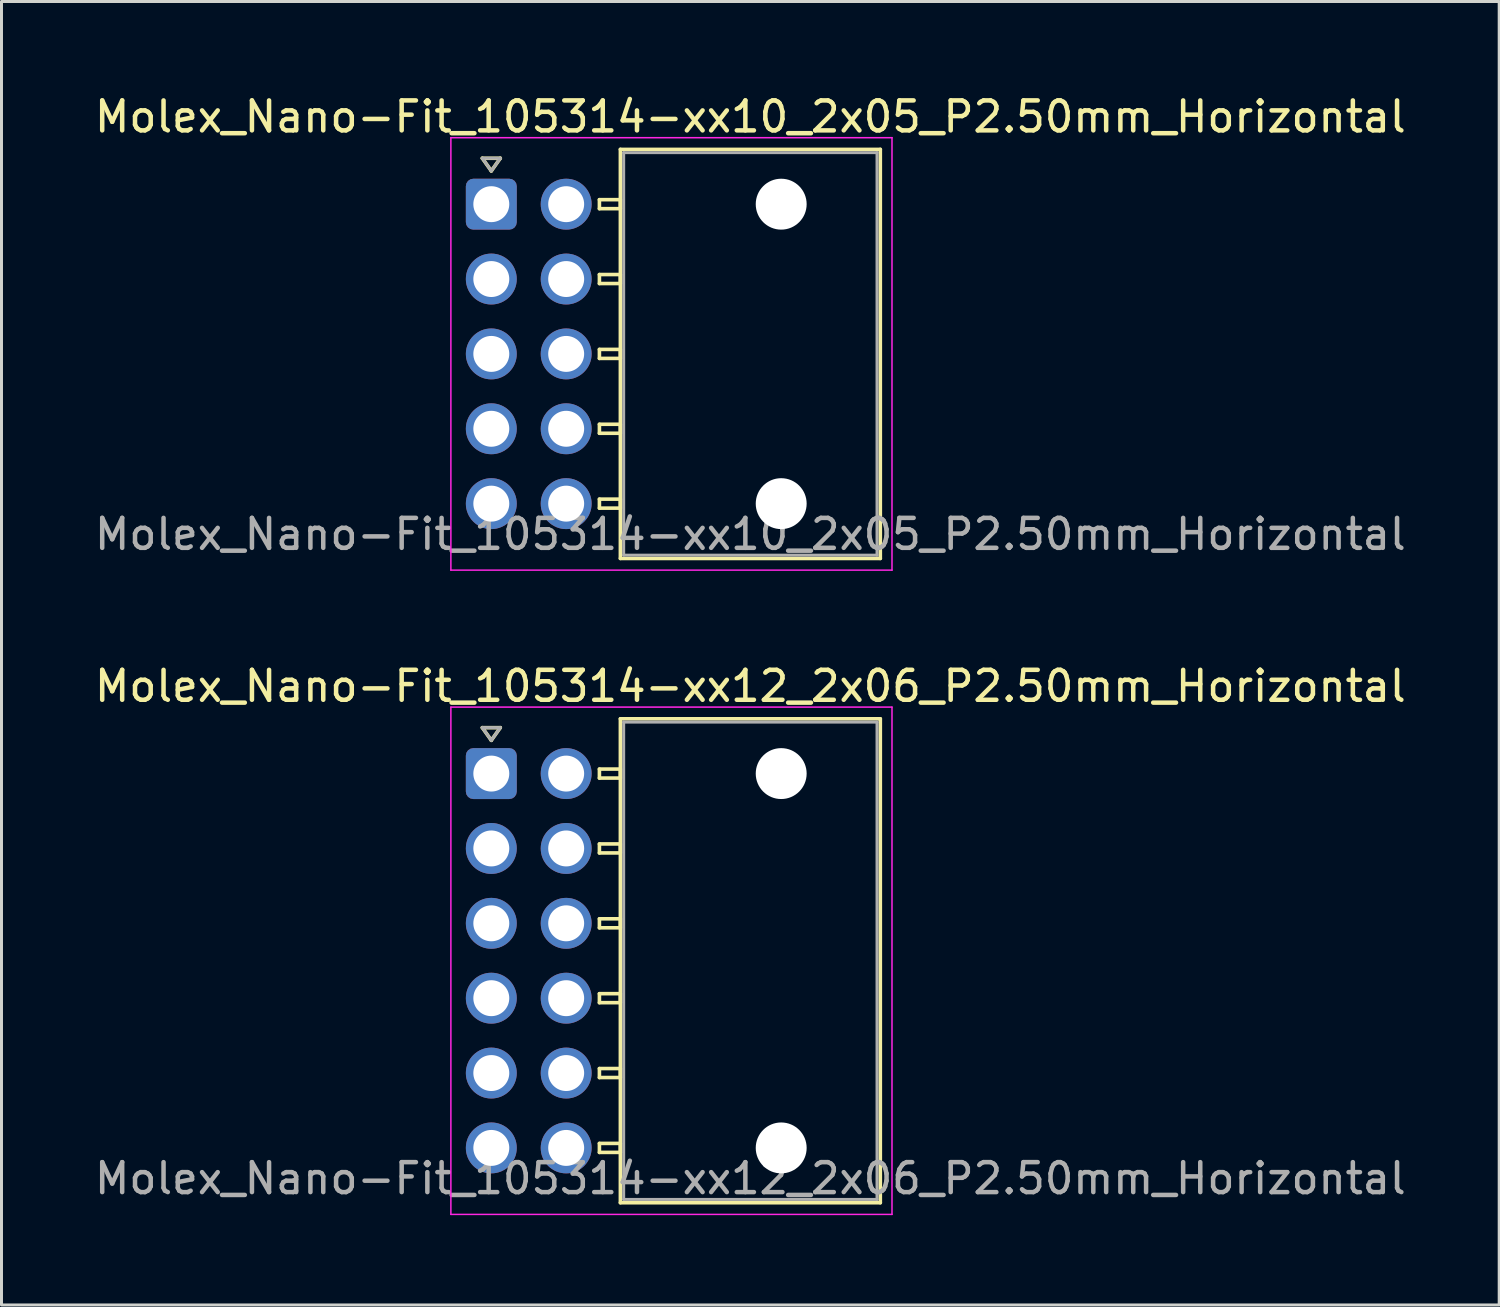
<source format=kicad_pcb>
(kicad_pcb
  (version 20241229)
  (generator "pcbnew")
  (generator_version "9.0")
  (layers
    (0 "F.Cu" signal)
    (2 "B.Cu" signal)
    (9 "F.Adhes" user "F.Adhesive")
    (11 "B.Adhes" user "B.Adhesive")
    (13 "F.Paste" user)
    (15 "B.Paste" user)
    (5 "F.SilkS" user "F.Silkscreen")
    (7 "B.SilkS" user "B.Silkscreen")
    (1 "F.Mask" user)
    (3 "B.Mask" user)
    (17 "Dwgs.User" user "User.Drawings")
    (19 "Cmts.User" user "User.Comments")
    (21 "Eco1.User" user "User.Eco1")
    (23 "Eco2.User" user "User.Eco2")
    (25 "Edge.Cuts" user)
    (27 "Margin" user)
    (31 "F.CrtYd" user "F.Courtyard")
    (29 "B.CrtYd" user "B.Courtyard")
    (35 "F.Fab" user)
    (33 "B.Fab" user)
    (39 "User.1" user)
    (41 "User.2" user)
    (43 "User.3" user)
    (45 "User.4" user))
  (footprint "Molex_Nano-Fit_105314-xx10_2x05_P2.50mm_Horizontal"
    (layer "F.Cu")
    (at 13.356 3.768)
    (property "Reference" "Molex_Nano-Fit_105314-xx10_2x05_P2.50mm_Horizontal" (at 8.65 -2.92 0) (layer "F.SilkS") (effects (font (size 1 1) (thickness 0.15))))
    (attr through_hole)
    (fp_line (start -0.3 -1.534) (end 0 -1.11) (stroke (width 0.12) (type solid)) (layer "F.SilkS"))
    (fp_line (start 0 -1.11) (end 0.3 -1.534) (stroke (width 0.12) (type solid)) (layer "F.SilkS"))
    (fp_line (start 0.3 -1.534) (end -0.3 -1.534) (stroke (width 0.12) (type solid)) (layer "F.SilkS"))
    (fp_line (start 3.61 -0.15) (end 3.61 0.15) (stroke (width 0.12) (type solid)) (layer "F.SilkS"))
    (fp_line (start 3.61 0.15) (end 4.31 0.15) (stroke (width 0.12) (type solid)) (layer "F.SilkS"))
    (fp_line (start 3.61 2.35) (end 3.61 2.65) (stroke (width 0.12) (type solid)) (layer "F.SilkS"))
    (fp_line (start 3.61 2.65) (end 4.31 2.65) (stroke (width 0.12) (type solid)) (layer "F.SilkS"))
    (fp_line (start 3.61 4.85) (end 3.61 5.15) (stroke (width 0.12) (type solid)) (layer "F.SilkS"))
    (fp_line (start 3.61 5.15) (end 4.31 5.15) (stroke (width 0.12) (type solid)) (layer "F.SilkS"))
    (fp_line (start 3.61 7.35) (end 3.61 7.65) (stroke (width 0.12) (type solid)) (layer "F.SilkS"))
    (fp_line (start 3.61 7.65) (end 4.31 7.65) (stroke (width 0.12) (type solid)) (layer "F.SilkS"))
    (fp_line (start 3.61 9.85) (end 3.61 10.15) (stroke (width 0.12) (type solid)) (layer "F.SilkS"))
    (fp_line (start 3.61 10.15) (end 4.31 10.15) (stroke (width 0.12) (type solid)) (layer "F.SilkS"))
    (fp_line (start 4.31 -1.83) (end 4.31 11.83) (stroke (width 0.12) (type solid)) (layer "F.SilkS"))
    (fp_line (start 4.31 -0.15) (end 3.61 -0.15) (stroke (width 0.12) (type solid)) (layer "F.SilkS"))
    (fp_line (start 4.31 0.15) (end 4.31 -0.15) (stroke (width 0.12) (type solid)) (layer "F.SilkS"))
    (fp_line (start 4.31 2.35) (end 3.61 2.35) (stroke (width 0.12) (type solid)) (layer "F.SilkS"))
    (fp_line (start 4.31 2.65) (end 4.31 2.35) (stroke (width 0.12) (type solid)) (layer "F.SilkS"))
    (fp_line (start 4.31 4.85) (end 3.61 4.85) (stroke (width 0.12) (type solid)) (layer "F.SilkS"))
    (fp_line (start 4.31 5.15) (end 4.31 4.85) (stroke (width 0.12) (type solid)) (layer "F.SilkS"))
    (fp_line (start 4.31 7.35) (end 3.61 7.35) (stroke (width 0.12) (type solid)) (layer "F.SilkS"))
    (fp_line (start 4.31 7.65) (end 4.31 7.35) (stroke (width 0.12) (type solid)) (layer "F.SilkS"))
    (fp_line (start 4.31 9.85) (end 3.61 9.85) (stroke (width 0.12) (type solid)) (layer "F.SilkS"))
    (fp_line (start 4.31 10.15) (end 4.31 9.85) (stroke (width 0.12) (type solid)) (layer "F.SilkS"))
    (fp_line (start 4.31 11.83) (end 12.99 11.83) (stroke (width 0.12) (type solid)) (layer "F.SilkS"))
    (fp_line (start 12.99 -1.83) (end 4.31 -1.83) (stroke (width 0.12) (type solid)) (layer "F.SilkS"))
    (fp_line (start 12.99 11.83) (end 12.99 -1.83) (stroke (width 0.12) (type solid)) (layer "F.SilkS"))
    (fp_line (start -1.35 -2.22) (end -1.35 12.22) (stroke (width 0.05) (type solid)) (layer "F.CrtYd"))
    (fp_line (start -1.35 12.22) (end 13.38 12.22) (stroke (width 0.05) (type solid)) (layer "F.CrtYd"))
    (fp_line (start 13.38 -2.22) (end -1.35 -2.22) (stroke (width 0.05) (type solid)) (layer "F.CrtYd"))
    (fp_line (start 13.38 12.22) (end 13.38 -2.22) (stroke (width 0.05) (type solid)) (layer "F.CrtYd"))
    (fp_line (start -0.3 -1.534) (end 0 -1.11) (stroke (width 0.1) (type solid)) (layer "F.Fab"))
    (fp_line (start 0 -1.11) (end 0.3 -1.534) (stroke (width 0.1) (type solid)) (layer "F.Fab"))
    (fp_line (start 0.3 -1.534) (end -0.3 -1.534) (stroke (width 0.1) (type solid)) (layer "F.Fab"))
    (fp_line (start 4.42 -1.72) (end 4.42 11.72) (stroke (width 0.1) (type solid)) (layer "F.Fab"))
    (fp_line (start 4.42 11.72) (end 12.88 11.72) (stroke (width 0.1) (type solid)) (layer "F.Fab"))
    (fp_line (start 12.88 -1.72) (end 4.42 -1.72) (stroke (width 0.1) (type solid)) (layer "F.Fab"))
    (fp_line (start 12.88 11.72) (end 12.88 -1.72) (stroke (width 0.1) (type solid)) (layer "F.Fab"))
    (fp_text user "${REFERENCE}" (at 8.65 11.02 0) (layer "F.Fab") (effects (font (size 1 1) (thickness 0.15))))
    (pad "" np_thru_hole circle (at 9.68 0) (size 1.7 1.7) (drill 1.7) (layers "*.Cu" "*.Mask"))
    (pad "" np_thru_hole circle (at 9.68 10) (size 1.7 1.7) (drill 1.7) (layers "*.Cu" "*.Mask"))
    (pad "1" thru_hole roundrect (at 0 0) (size 1.7 1.7) (drill 1.2) (layers "*.Cu" "*.Mask") (roundrect_rratio 0.147))
    (pad "2" thru_hole circle (at 0 2.5) (size 1.7 1.7) (drill 1.2) (layers "*.Cu" "*.Mask"))
    (pad "3" thru_hole circle (at 0 5) (size 1.7 1.7) (drill 1.2) (layers "*.Cu" "*.Mask"))
    (pad "4" thru_hole circle (at 0 7.5) (size 1.7 1.7) (drill 1.2) (layers "*.Cu" "*.Mask"))
    (pad "5" thru_hole circle (at 0 10) (size 1.7 1.7) (drill 1.2) (layers "*.Cu" "*.Mask"))
    (pad "6" thru_hole circle (at 2.5 0) (size 1.7 1.7) (drill 1.2) (layers "*.Cu" "*.Mask"))
    (pad "7" thru_hole circle (at 2.5 2.5) (size 1.7 1.7) (drill 1.2) (layers "*.Cu" "*.Mask"))
    (pad "8" thru_hole circle (at 2.5 5) (size 1.7 1.7) (drill 1.2) (layers "*.Cu" "*.Mask"))
    (pad "9" thru_hole circle (at 2.5 7.5) (size 1.7 1.7) (drill 1.2) (layers "*.Cu" "*.Mask"))
    (pad "10" thru_hole circle (at 2.5 10) (size 1.7 1.7) (drill 1.2) (layers "*.Cu" "*.Mask")))
  (footprint "Molex_Nano-Fit_105314-xx12_2x06_P2.50mm_Horizontal"
    (layer "F.Cu")
    (at 13.356 22.782)
    (property "Reference" "Molex_Nano-Fit_105314-xx12_2x06_P2.50mm_Horizontal" (at 8.65 -2.92 0) (layer "F.SilkS") (effects (font (size 1 1) (thickness 0.15))))
    (attr through_hole)
    (fp_line (start -0.3 -1.534) (end 0 -1.11) (stroke (width 0.12) (type solid)) (layer "F.SilkS"))
    (fp_line (start 0 -1.11) (end 0.3 -1.534) (stroke (width 0.12) (type solid)) (layer "F.SilkS"))
    (fp_line (start 0.3 -1.534) (end -0.3 -1.534) (stroke (width 0.12) (type solid)) (layer "F.SilkS"))
    (fp_line (start 3.61 -0.15) (end 3.61 0.15) (stroke (width 0.12) (type solid)) (layer "F.SilkS"))
    (fp_line (start 3.61 0.15) (end 4.31 0.15) (stroke (width 0.12) (type solid)) (layer "F.SilkS"))
    (fp_line (start 3.61 2.35) (end 3.61 2.65) (stroke (width 0.12) (type solid)) (layer "F.SilkS"))
    (fp_line (start 3.61 2.65) (end 4.31 2.65) (stroke (width 0.12) (type solid)) (layer "F.SilkS"))
    (fp_line (start 3.61 4.85) (end 3.61 5.15) (stroke (width 0.12) (type solid)) (layer "F.SilkS"))
    (fp_line (start 3.61 5.15) (end 4.31 5.15) (stroke (width 0.12) (type solid)) (layer "F.SilkS"))
    (fp_line (start 3.61 7.35) (end 3.61 7.65) (stroke (width 0.12) (type solid)) (layer "F.SilkS"))
    (fp_line (start 3.61 7.65) (end 4.31 7.65) (stroke (width 0.12) (type solid)) (layer "F.SilkS"))
    (fp_line (start 3.61 9.85) (end 3.61 10.15) (stroke (width 0.12) (type solid)) (layer "F.SilkS"))
    (fp_line (start 3.61 10.15) (end 4.31 10.15) (stroke (width 0.12) (type solid)) (layer "F.SilkS"))
    (fp_line (start 3.61 12.35) (end 3.61 12.65) (stroke (width 0.12) (type solid)) (layer "F.SilkS"))
    (fp_line (start 3.61 12.65) (end 4.31 12.65) (stroke (width 0.12) (type solid)) (layer "F.SilkS"))
    (fp_line (start 4.31 -1.83) (end 4.31 14.33) (stroke (width 0.12) (type solid)) (layer "F.SilkS"))
    (fp_line (start 4.31 -0.15) (end 3.61 -0.15) (stroke (width 0.12) (type solid)) (layer "F.SilkS"))
    (fp_line (start 4.31 0.15) (end 4.31 -0.15) (stroke (width 0.12) (type solid)) (layer "F.SilkS"))
    (fp_line (start 4.31 2.35) (end 3.61 2.35) (stroke (width 0.12) (type solid)) (layer "F.SilkS"))
    (fp_line (start 4.31 2.65) (end 4.31 2.35) (stroke (width 0.12) (type solid)) (layer "F.SilkS"))
    (fp_line (start 4.31 4.85) (end 3.61 4.85) (stroke (width 0.12) (type solid)) (layer "F.SilkS"))
    (fp_line (start 4.31 5.15) (end 4.31 4.85) (stroke (width 0.12) (type solid)) (layer "F.SilkS"))
    (fp_line (start 4.31 7.35) (end 3.61 7.35) (stroke (width 0.12) (type solid)) (layer "F.SilkS"))
    (fp_line (start 4.31 7.65) (end 4.31 7.35) (stroke (width 0.12) (type solid)) (layer "F.SilkS"))
    (fp_line (start 4.31 9.85) (end 3.61 9.85) (stroke (width 0.12) (type solid)) (layer "F.SilkS"))
    (fp_line (start 4.31 10.15) (end 4.31 9.85) (stroke (width 0.12) (type solid)) (layer "F.SilkS"))
    (fp_line (start 4.31 12.35) (end 3.61 12.35) (stroke (width 0.12) (type solid)) (layer "F.SilkS"))
    (fp_line (start 4.31 12.65) (end 4.31 12.35) (stroke (width 0.12) (type solid)) (layer "F.SilkS"))
    (fp_line (start 4.31 14.33) (end 12.99 14.33) (stroke (width 0.12) (type solid)) (layer "F.SilkS"))
    (fp_line (start 12.99 -1.83) (end 4.31 -1.83) (stroke (width 0.12) (type solid)) (layer "F.SilkS"))
    (fp_line (start 12.99 14.33) (end 12.99 -1.83) (stroke (width 0.12) (type solid)) (layer "F.SilkS"))
    (fp_line (start -1.35 -2.22) (end -1.35 14.72) (stroke (width 0.05) (type solid)) (layer "F.CrtYd"))
    (fp_line (start -1.35 14.72) (end 13.38 14.72) (stroke (width 0.05) (type solid)) (layer "F.CrtYd"))
    (fp_line (start 13.38 -2.22) (end -1.35 -2.22) (stroke (width 0.05) (type solid)) (layer "F.CrtYd"))
    (fp_line (start 13.38 14.72) (end 13.38 -2.22) (stroke (width 0.05) (type solid)) (layer "F.CrtYd"))
    (fp_line (start -0.3 -1.534) (end 0 -1.11) (stroke (width 0.1) (type solid)) (layer "F.Fab"))
    (fp_line (start 0 -1.11) (end 0.3 -1.534) (stroke (width 0.1) (type solid)) (layer "F.Fab"))
    (fp_line (start 0.3 -1.534) (end -0.3 -1.534) (stroke (width 0.1) (type solid)) (layer "F.Fab"))
    (fp_line (start 4.42 -1.72) (end 4.42 14.22) (stroke (width 0.1) (type solid)) (layer "F.Fab"))
    (fp_line (start 4.42 14.22) (end 12.88 14.22) (stroke (width 0.1) (type solid)) (layer "F.Fab"))
    (fp_line (start 12.88 -1.72) (end 4.42 -1.72) (stroke (width 0.1) (type solid)) (layer "F.Fab"))
    (fp_line (start 12.88 14.22) (end 12.88 -1.72) (stroke (width 0.1) (type solid)) (layer "F.Fab"))
    (fp_text user "${REFERENCE}" (at 8.65 13.52 0) (layer "F.Fab") (effects (font (size 1 1) (thickness 0.15))))
    (pad "" np_thru_hole circle (at 9.68 0) (size 1.7 1.7) (drill 1.7) (layers "*.Cu" "*.Mask"))
    (pad "" np_thru_hole circle (at 9.68 12.5) (size 1.7 1.7) (drill 1.7) (layers "*.Cu" "*.Mask"))
    (pad "1" thru_hole roundrect (at 0 0) (size 1.7 1.7) (drill 1.2) (layers "*.Cu" "*.Mask") (roundrect_rratio 0.147))
    (pad "2" thru_hole circle (at 0 2.5) (size 1.7 1.7) (drill 1.2) (layers "*.Cu" "*.Mask"))
    (pad "3" thru_hole circle (at 0 5) (size 1.7 1.7) (drill 1.2) (layers "*.Cu" "*.Mask"))
    (pad "4" thru_hole circle (at 0 7.5) (size 1.7 1.7) (drill 1.2) (layers "*.Cu" "*.Mask"))
    (pad "5" thru_hole circle (at 0 10) (size 1.7 1.7) (drill 1.2) (layers "*.Cu" "*.Mask"))
    (pad "6" thru_hole circle (at 0 12.5) (size 1.7 1.7) (drill 1.2) (layers "*.Cu" "*.Mask"))
    (pad "7" thru_hole circle (at 2.5 0) (size 1.7 1.7) (drill 1.2) (layers "*.Cu" "*.Mask"))
    (pad "8" thru_hole circle (at 2.5 2.5) (size 1.7 1.7) (drill 1.2) (layers "*.Cu" "*.Mask"))
    (pad "9" thru_hole circle (at 2.5 5) (size 1.7 1.7) (drill 1.2) (layers "*.Cu" "*.Mask"))
    (pad "10" thru_hole circle (at 2.5 7.5) (size 1.7 1.7) (drill 1.2) (layers "*.Cu" "*.Mask"))
    (pad "11" thru_hole circle (at 2.5 10) (size 1.7 1.7) (drill 1.2) (layers "*.Cu" "*.Mask"))
    (pad "12" thru_hole circle (at 2.5 12.5) (size 1.7 1.7) (drill 1.2) (layers "*.Cu" "*.Mask")))
  (gr_rect
    (start -3 -3)
    (end 47.012 40.526)
    (stroke (width 0.1) (type default))
    (fill no)
    (layer "Edge.Cuts")))
</source>
